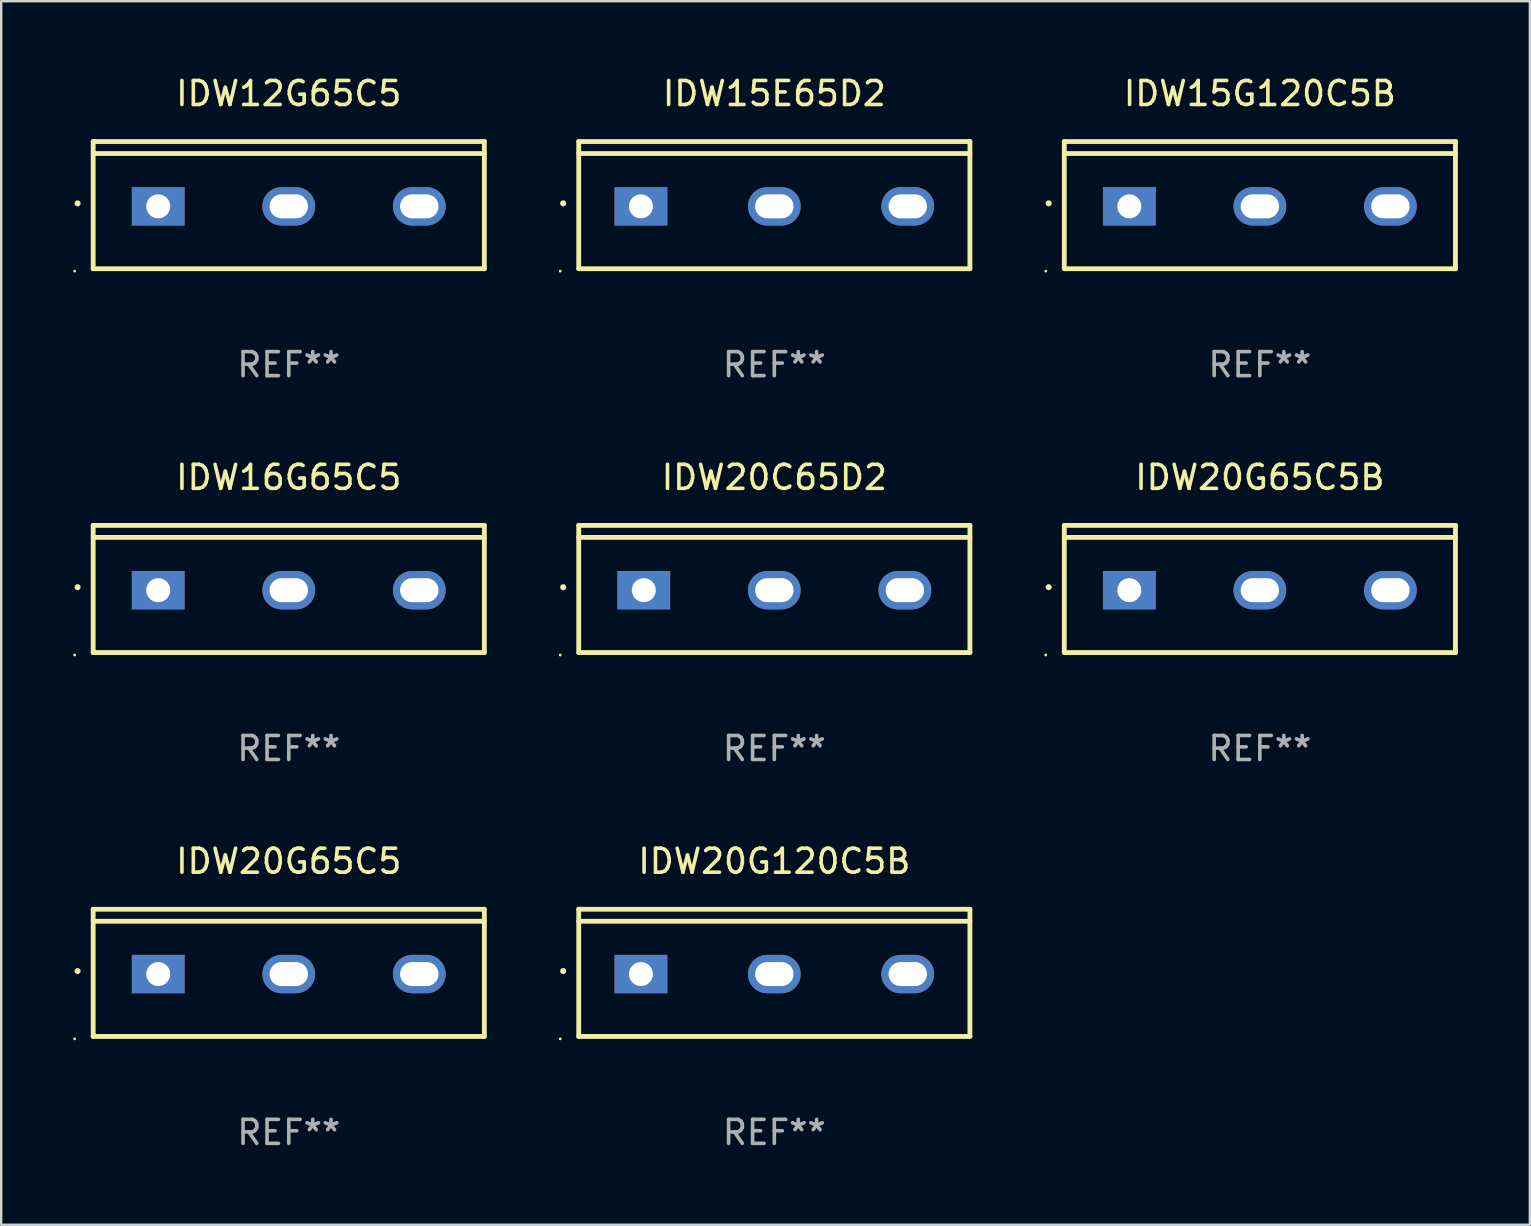
<source format=kicad_pcb>
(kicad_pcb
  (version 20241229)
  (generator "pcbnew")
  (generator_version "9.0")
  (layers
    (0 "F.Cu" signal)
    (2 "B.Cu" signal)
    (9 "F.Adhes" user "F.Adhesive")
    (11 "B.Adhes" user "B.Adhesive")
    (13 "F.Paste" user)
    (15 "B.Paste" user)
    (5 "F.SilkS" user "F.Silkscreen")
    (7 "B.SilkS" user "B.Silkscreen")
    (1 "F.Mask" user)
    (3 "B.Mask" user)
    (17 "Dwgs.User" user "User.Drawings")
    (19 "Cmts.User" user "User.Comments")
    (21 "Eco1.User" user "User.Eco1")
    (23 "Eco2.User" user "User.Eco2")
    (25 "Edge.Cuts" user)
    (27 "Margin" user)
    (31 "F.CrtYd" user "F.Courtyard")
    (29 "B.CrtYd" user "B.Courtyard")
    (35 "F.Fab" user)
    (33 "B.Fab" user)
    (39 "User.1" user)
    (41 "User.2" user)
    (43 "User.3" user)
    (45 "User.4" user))
  (footprint "IDW20G65C5B"
    (layer "F.Cu")
    (at 49.455 21.496)
    (property "Reference" "IDW20G65C5B" (at 0 -4.65 0) (layer "F.SilkS") (effects (font (size 1 1) (thickness 0.15))))
    (attr through_hole)
    (fp_line (start -8.151 -2.65) (end -8.151 2.65) (stroke (width 0.201) (type solid)) (layer "F.SilkS"))
    (fp_line (start 8.151 -2.65) (end -8.151 -2.65) (stroke (width 0.201) (type solid)) (layer "F.SilkS"))
    (fp_line (start 8.151 -2.15) (end -8.151 -2.15) (stroke (width 0.201) (type solid)) (layer "F.SilkS"))
    (fp_line (start 8.151 2.65) (end -8.151 2.65) (stroke (width 0.201) (type solid)) (layer "F.SilkS"))
    (fp_line (start 8.151 2.65) (end 8.151 -2.65) (stroke (width 0.201) (type solid)) (layer "F.SilkS"))
    (fp_arc (start -8.801118 -0.074943) (mid -8.799848 -0.074949) (end -8.798578 -0.074943) (stroke (width 0.24892) (type solid)) (layer "F.SilkS"))
    (fp_circle (center -8.924 2.751) (end -8.894 2.751) (stroke (width 0.06) (type solid)) (fill no) (layer "F.SilkS"))
    (fp_text user "REF**" (at 0 6.65 0) (layer "F.Fab") (effects (font (size 1 1) (thickness 0.15))))
    (pad "1" thru_hole rect (at -5.44 0.05 90) (size 1.6 2.2) (drill 1) (layers "*.Cu" "*.Mask"))
    (pad "2" thru_hole oval (at 0 0.05 90) (size 1.6 2.2) (drill oval 1 1.6) (layers "*.Cu" "*.Mask"))
    (pad "3" thru_hole oval (at 5.44 0.05 90) (size 1.6 2.2) (drill oval 1 1.6) (layers "*.Cu" "*.Mask")))
  (footprint "IDW16G65C5"
    (layer "F.Cu")
    (at 8.984 21.496)
    (property "Reference" "IDW16G65C5" (at 0 -4.65 0) (layer "F.SilkS") (effects (font (size 1 1) (thickness 0.15))))
    (attr through_hole)
    (fp_line (start -8.151 -2.65) (end -8.151 2.65) (stroke (width 0.201) (type solid)) (layer "F.SilkS"))
    (fp_line (start 8.151 -2.65) (end -8.151 -2.65) (stroke (width 0.201) (type solid)) (layer "F.SilkS"))
    (fp_line (start 8.151 -2.15) (end -8.151 -2.15) (stroke (width 0.201) (type solid)) (layer "F.SilkS"))
    (fp_line (start 8.151 2.65) (end -8.151 2.65) (stroke (width 0.201) (type solid)) (layer "F.SilkS"))
    (fp_line (start 8.151 2.65) (end 8.151 -2.65) (stroke (width 0.201) (type solid)) (layer "F.SilkS"))
    (fp_arc (start -8.801118 -0.074943) (mid -8.799848 -0.074949) (end -8.798578 -0.074943) (stroke (width 0.24892) (type solid)) (layer "F.SilkS"))
    (fp_circle (center -8.924 2.751) (end -8.894 2.751) (stroke (width 0.06) (type solid)) (fill no) (layer "F.SilkS"))
    (fp_text user "REF**" (at 0 6.65 0) (layer "F.Fab") (effects (font (size 1 1) (thickness 0.15))))
    (pad "1" thru_hole rect (at -5.44 0.05 90) (size 1.6 2.2) (drill 1) (layers "*.Cu" "*.Mask"))
    (pad "2" thru_hole oval (at 0 0.05 90) (size 1.6 2.2) (drill oval 1 1.6) (layers "*.Cu" "*.Mask"))
    (pad "3" thru_hole oval (at 5.44 0.05 90) (size 1.6 2.2) (drill oval 1 1.6) (layers "*.Cu" "*.Mask")))
  (footprint "IDW15E65D2"
    (layer "F.Cu")
    (at 29.22 5.499)
    (property "Reference" "IDW15E65D2" (at 0 -4.65 0) (layer "F.SilkS") (effects (font (size 1 1) (thickness 0.15))))
    (attr through_hole)
    (fp_line (start -8.151 -2.65) (end -8.151 2.65) (stroke (width 0.201) (type solid)) (layer "F.SilkS"))
    (fp_line (start 8.151 -2.65) (end -8.151 -2.65) (stroke (width 0.201) (type solid)) (layer "F.SilkS"))
    (fp_line (start 8.151 -2.15) (end -8.151 -2.15) (stroke (width 0.201) (type solid)) (layer "F.SilkS"))
    (fp_line (start 8.151 2.65) (end -8.151 2.65) (stroke (width 0.201) (type solid)) (layer "F.SilkS"))
    (fp_line (start 8.151 2.65) (end 8.151 -2.65) (stroke (width 0.201) (type solid)) (layer "F.SilkS"))
    (fp_arc (start -8.801118 -0.074943) (mid -8.799848 -0.074949) (end -8.798578 -0.074943) (stroke (width 0.24892) (type solid)) (layer "F.SilkS"))
    (fp_circle (center -8.924 2.751) (end -8.894 2.751) (stroke (width 0.06) (type solid)) (fill no) (layer "F.SilkS"))
    (fp_text user "REF**" (at 0 6.65 0) (layer "F.Fab") (effects (font (size 1 1) (thickness 0.15))))
    (pad "1" thru_hole rect (at -5.56 0.05 90) (size 1.6 2.2) (drill 1) (layers "*.Cu" "*.Mask"))
    (pad "2" thru_hole oval (at 0 0.05 90) (size 1.6 2.2) (drill oval 1 1.6) (layers "*.Cu" "*.Mask"))
    (pad "3" thru_hole oval (at 5.56 0.05 90) (size 1.6 2.2) (drill oval 1 1.6) (layers "*.Cu" "*.Mask")))
  (footprint "IDW20C65D2"
    (layer "F.Cu")
    (at 29.22 21.496)
    (property "Reference" "IDW20C65D2" (at 0 -4.65 0) (layer "F.SilkS") (effects (font (size 1 1) (thickness 0.15))))
    (attr through_hole)
    (fp_line (start -8.151 -2.65) (end -8.151 2.65) (stroke (width 0.201) (type solid)) (layer "F.SilkS"))
    (fp_line (start 8.151 -2.65) (end -8.151 -2.65) (stroke (width 0.201) (type solid)) (layer "F.SilkS"))
    (fp_line (start 8.151 -2.15) (end -8.151 -2.15) (stroke (width 0.201) (type solid)) (layer "F.SilkS"))
    (fp_line (start 8.151 2.65) (end -8.151 2.65) (stroke (width 0.201) (type solid)) (layer "F.SilkS"))
    (fp_line (start 8.151 2.65) (end 8.151 -2.65) (stroke (width 0.201) (type solid)) (layer "F.SilkS"))
    (fp_arc (start -8.801118 -0.074943) (mid -8.799848 -0.074949) (end -8.798578 -0.074943) (stroke (width 0.24892) (type solid)) (layer "F.SilkS"))
    (fp_circle (center -8.924 2.751) (end -8.894 2.751) (stroke (width 0.06) (type solid)) (fill no) (layer "F.SilkS"))
    (fp_text user "REF**" (at 0 6.65 0) (layer "F.Fab") (effects (font (size 1 1) (thickness 0.15))))
    (pad "1" thru_hole rect (at -5.44 0.05 90) (size 1.6 2.2) (drill 1) (layers "*.Cu" "*.Mask"))
    (pad "2" thru_hole oval (at 0 0.05 90) (size 1.6 2.2) (drill oval 1 1.6) (layers "*.Cu" "*.Mask"))
    (pad "3" thru_hole oval (at 5.44 0.05 90) (size 1.6 2.2) (drill oval 1 1.6) (layers "*.Cu" "*.Mask")))
  (footprint "IDW12G65C5"
    (layer "F.Cu")
    (at 8.984 5.499)
    (property "Reference" "IDW12G65C5" (at 0 -4.65 0) (layer "F.SilkS") (effects (font (size 1 1) (thickness 0.15))))
    (attr through_hole)
    (fp_line (start -8.151 -2.65) (end -8.151 2.65) (stroke (width 0.201) (type solid)) (layer "F.SilkS"))
    (fp_line (start 8.151 -2.65) (end -8.151 -2.65) (stroke (width 0.201) (type solid)) (layer "F.SilkS"))
    (fp_line (start 8.151 -2.15) (end -8.151 -2.15) (stroke (width 0.201) (type solid)) (layer "F.SilkS"))
    (fp_line (start 8.151 2.65) (end -8.151 2.65) (stroke (width 0.201) (type solid)) (layer "F.SilkS"))
    (fp_line (start 8.151 2.65) (end 8.151 -2.65) (stroke (width 0.201) (type solid)) (layer "F.SilkS"))
    (fp_arc (start -8.801118 -0.074943) (mid -8.799848 -0.074949) (end -8.798578 -0.074943) (stroke (width 0.24892) (type solid)) (layer "F.SilkS"))
    (fp_circle (center -8.924 2.751) (end -8.894 2.751) (stroke (width 0.06) (type solid)) (fill no) (layer "F.SilkS"))
    (fp_text user "REF**" (at 0 6.65 0) (layer "F.Fab") (effects (font (size 1 1) (thickness 0.15))))
    (pad "1" thru_hole rect (at -5.44 0.05 90) (size 1.6 2.2) (drill 1) (layers "*.Cu" "*.Mask"))
    (pad "2" thru_hole oval (at 0 0.05 90) (size 1.6 2.2) (drill oval 1 1.6) (layers "*.Cu" "*.Mask"))
    (pad "3" thru_hole oval (at 5.44 0.05 90) (size 1.6 2.2) (drill oval 1 1.6) (layers "*.Cu" "*.Mask")))
  (footprint "IDW15G120C5B"
    (layer "F.Cu")
    (at 49.455 5.499)
    (property "Reference" "IDW15G120C5B" (at 0 -4.65 0) (layer "F.SilkS") (effects (font (size 1 1) (thickness 0.15))))
    (attr through_hole)
    (fp_line (start -8.151 -2.65) (end -8.151 2.65) (stroke (width 0.201) (type solid)) (layer "F.SilkS"))
    (fp_line (start 8.151 -2.65) (end -8.151 -2.65) (stroke (width 0.201) (type solid)) (layer "F.SilkS"))
    (fp_line (start 8.151 -2.15) (end -8.151 -2.15) (stroke (width 0.201) (type solid)) (layer "F.SilkS"))
    (fp_line (start 8.151 2.65) (end -8.151 2.65) (stroke (width 0.201) (type solid)) (layer "F.SilkS"))
    (fp_line (start 8.151 2.65) (end 8.151 -2.65) (stroke (width 0.201) (type solid)) (layer "F.SilkS"))
    (fp_arc (start -8.801118 -0.074943) (mid -8.799848 -0.074949) (end -8.798578 -0.074943) (stroke (width 0.24892) (type solid)) (layer "F.SilkS"))
    (fp_circle (center -8.924 2.751) (end -8.894 2.751) (stroke (width 0.06) (type solid)) (fill no) (layer "F.SilkS"))
    (fp_text user "REF**" (at 0 6.65 0) (layer "F.Fab") (effects (font (size 1 1) (thickness 0.15))))
    (pad "1" thru_hole rect (at -5.44 0.05 90) (size 1.6 2.2) (drill 1) (layers "*.Cu" "*.Mask"))
    (pad "2" thru_hole oval (at 0 0.05 90) (size 1.6 2.2) (drill oval 1 1.6) (layers "*.Cu" "*.Mask"))
    (pad "3" thru_hole oval (at 5.44 0.05 90) (size 1.6 2.2) (drill oval 1 1.6) (layers "*.Cu" "*.Mask")))
  (footprint "IDW20G120C5B"
    (layer "F.Cu")
    (at 29.22 37.494)
    (property "Reference" "IDW20G120C5B" (at 0 -4.65 0) (layer "F.SilkS") (effects (font (size 1 1) (thickness 0.15))))
    (attr through_hole)
    (fp_line (start -8.151 -2.65) (end -8.151 2.65) (stroke (width 0.201) (type solid)) (layer "F.SilkS"))
    (fp_line (start 8.151 -2.65) (end -8.151 -2.65) (stroke (width 0.201) (type solid)) (layer "F.SilkS"))
    (fp_line (start 8.151 -2.15) (end -8.151 -2.15) (stroke (width 0.201) (type solid)) (layer "F.SilkS"))
    (fp_line (start 8.151 2.65) (end -8.151 2.65) (stroke (width 0.201) (type solid)) (layer "F.SilkS"))
    (fp_line (start 8.151 2.65) (end 8.151 -2.65) (stroke (width 0.201) (type solid)) (layer "F.SilkS"))
    (fp_arc (start -8.801118 -0.074943) (mid -8.799848 -0.074949) (end -8.798578 -0.074943) (stroke (width 0.24892) (type solid)) (layer "F.SilkS"))
    (fp_circle (center -8.924 2.751) (end -8.894 2.751) (stroke (width 0.06) (type solid)) (fill no) (layer "F.SilkS"))
    (fp_text user "REF**" (at 0 6.65 0) (layer "F.Fab") (effects (font (size 1 1) (thickness 0.15))))
    (pad "1" thru_hole rect (at -5.56 0.05 90) (size 1.6 2.2) (drill 1) (layers "*.Cu" "*.Mask"))
    (pad "2" thru_hole oval (at 0 0.05 90) (size 1.6 2.2) (drill oval 1 1.6) (layers "*.Cu" "*.Mask"))
    (pad "3" thru_hole oval (at 5.56 0.05 90) (size 1.6 2.2) (drill oval 1 1.6) (layers "*.Cu" "*.Mask")))
  (footprint "IDW20G65C5"
    (layer "F.Cu")
    (at 8.984 37.494)
    (property "Reference" "IDW20G65C5" (at 0 -4.65 0) (layer "F.SilkS") (effects (font (size 1 1) (thickness 0.15))))
    (attr through_hole)
    (fp_line (start -8.151 -2.65) (end -8.151 2.65) (stroke (width 0.201) (type solid)) (layer "F.SilkS"))
    (fp_line (start 8.151 -2.65) (end -8.151 -2.65) (stroke (width 0.201) (type solid)) (layer "F.SilkS"))
    (fp_line (start 8.151 -2.15) (end -8.151 -2.15) (stroke (width 0.201) (type solid)) (layer "F.SilkS"))
    (fp_line (start 8.151 2.65) (end -8.151 2.65) (stroke (width 0.201) (type solid)) (layer "F.SilkS"))
    (fp_line (start 8.151 2.65) (end 8.151 -2.65) (stroke (width 0.201) (type solid)) (layer "F.SilkS"))
    (fp_arc (start -8.801118 -0.074943) (mid -8.799848 -0.074949) (end -8.798578 -0.074943) (stroke (width 0.24892) (type solid)) (layer "F.SilkS"))
    (fp_circle (center -8.924 2.751) (end -8.894 2.751) (stroke (width 0.06) (type solid)) (fill no) (layer "F.SilkS"))
    (fp_text user "REF**" (at 0 6.65 0) (layer "F.Fab") (effects (font (size 1 1) (thickness 0.15))))
    (pad "1" thru_hole rect (at -5.44 0.05 90) (size 1.6 2.2) (drill 1) (layers "*.Cu" "*.Mask"))
    (pad "2" thru_hole oval (at 0 0.05 90) (size 1.6 2.2) (drill oval 1 1.6) (layers "*.Cu" "*.Mask"))
    (pad "3" thru_hole oval (at 5.44 0.05 90) (size 1.6 2.2) (drill oval 1 1.6) (layers "*.Cu" "*.Mask")))
  (gr_rect
    (start -3 -3)
    (end 60.707 47.992)
    (stroke (width 0.1) (type default))
    (fill no)
    (layer "Edge.Cuts")))
</source>
